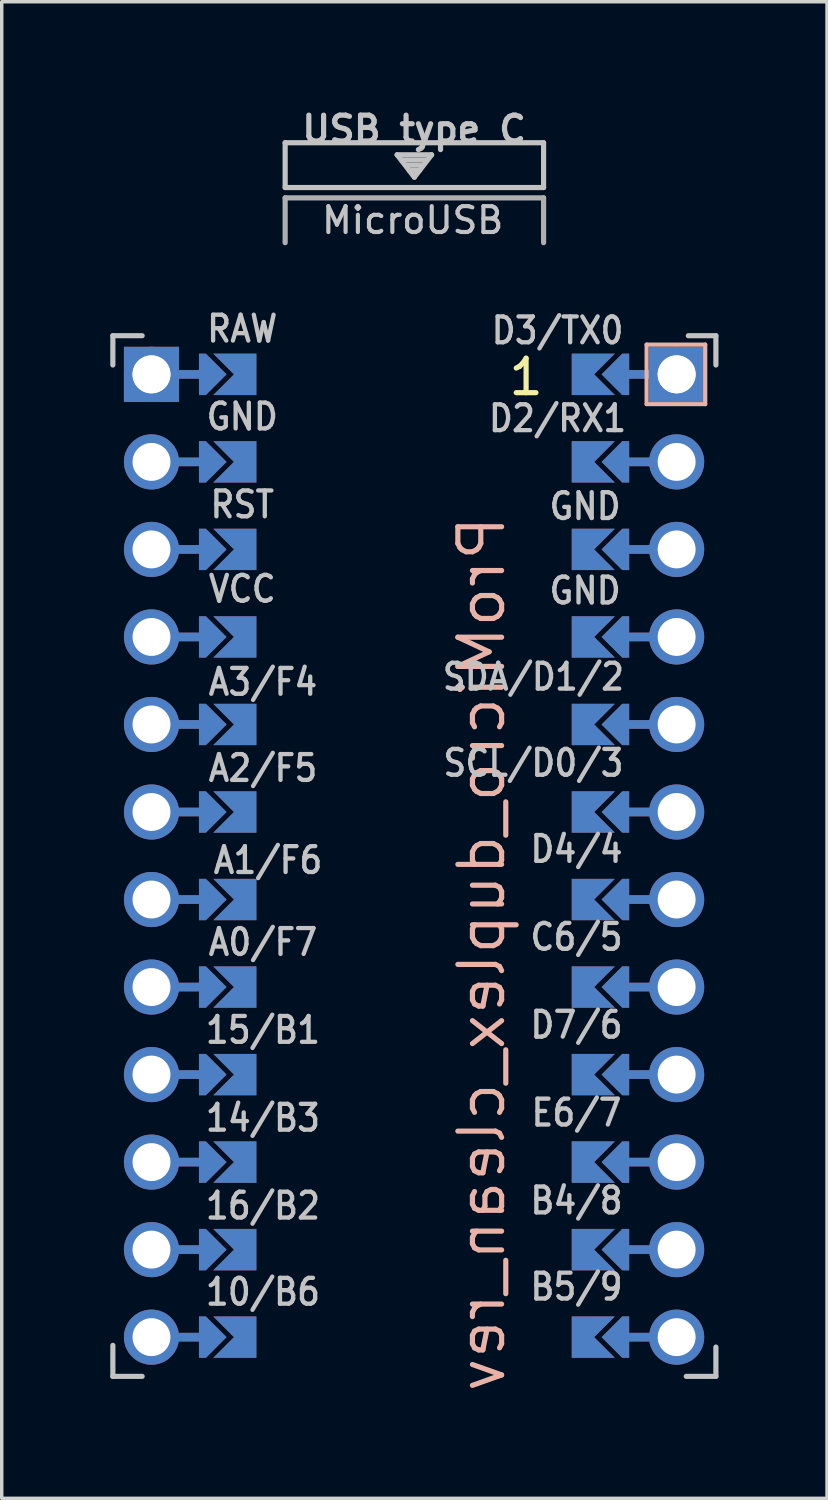
<source format=kicad_pcb>
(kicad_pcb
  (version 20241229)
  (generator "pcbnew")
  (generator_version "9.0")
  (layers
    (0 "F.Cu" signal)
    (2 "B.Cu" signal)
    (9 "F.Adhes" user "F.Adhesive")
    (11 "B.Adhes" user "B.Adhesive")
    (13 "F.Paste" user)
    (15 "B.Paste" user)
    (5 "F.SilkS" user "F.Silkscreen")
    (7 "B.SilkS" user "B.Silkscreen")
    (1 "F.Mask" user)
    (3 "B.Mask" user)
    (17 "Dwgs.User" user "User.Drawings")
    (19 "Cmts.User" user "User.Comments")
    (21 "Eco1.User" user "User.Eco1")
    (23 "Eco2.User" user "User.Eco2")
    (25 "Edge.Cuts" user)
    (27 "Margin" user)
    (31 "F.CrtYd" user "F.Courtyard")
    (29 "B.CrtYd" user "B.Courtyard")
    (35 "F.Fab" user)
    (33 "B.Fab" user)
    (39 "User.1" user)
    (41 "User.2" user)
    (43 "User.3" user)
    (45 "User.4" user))
  (footprint "ProMicro_duplex_clean_rev"
    (layer "F.Cu")
    (at 8.966 21.784)
    (property "Reference" "ProMicro_duplex_clean_rev" (at 1.961 2.85 90) (layer "B.SilkS") (effects (font (size 1.27 1.27) (thickness 0.15)) (justify mirror)))
    (attr through_hole)
    (fp_poly (pts (xy -5.08 -13.462) (xy -5.08 -14.478) (xy -6.096 -14.478) (xy -6.096 -13.462)) (stroke (width 0.1) (type solid)) (fill yes) (layer "F.Mask"))
    (fp_poly (pts (xy -5.08 -10.922) (xy -5.08 -11.938) (xy -6.096 -11.938) (xy -6.096 -10.922)) (stroke (width 0.1) (type solid)) (fill yes) (layer "F.Mask"))
    (fp_poly (pts (xy -5.08 -8.382) (xy -5.08 -9.398) (xy -6.096 -9.398) (xy -6.096 -8.382)) (stroke (width 0.1) (type solid)) (fill yes) (layer "F.Mask"))
    (fp_poly (pts (xy -5.08 -5.842) (xy -5.08 -6.858) (xy -6.096 -6.858) (xy -6.096 -5.842)) (stroke (width 0.1) (type solid)) (fill yes) (layer "F.Mask"))
    (fp_poly (pts (xy -5.08 -3.302) (xy -5.08 -4.318) (xy -6.096 -4.318) (xy -6.096 -3.302)) (stroke (width 0.1) (type solid)) (fill yes) (layer "F.Mask"))
    (fp_poly (pts (xy -5.08 -0.762) (xy -5.08 -1.778) (xy -6.096 -1.778) (xy -6.096 -0.762)) (stroke (width 0.1) (type solid)) (fill yes) (layer "F.Mask"))
    (fp_poly (pts (xy -5.08 1.778) (xy -5.08 0.762) (xy -6.096 0.762) (xy -6.096 1.778)) (stroke (width 0.1) (type solid)) (fill yes) (layer "F.Mask"))
    (fp_poly (pts (xy -5.08 4.318) (xy -5.08 3.302) (xy -6.096 3.302) (xy -6.096 4.318)) (stroke (width 0.1) (type solid)) (fill yes) (layer "F.Mask"))
    (fp_poly (pts (xy -5.08 6.858) (xy -5.08 5.842) (xy -6.096 5.842) (xy -6.096 6.858)) (stroke (width 0.1) (type solid)) (fill yes) (layer "F.Mask"))
    (fp_poly (pts (xy -5.08 9.398) (xy -5.08 8.382) (xy -6.096 8.382) (xy -6.096 9.398)) (stroke (width 0.1) (type solid)) (fill yes) (layer "F.Mask"))
    (fp_poly (pts (xy -5.08 11.938) (xy -5.08 10.922) (xy -6.096 10.922) (xy -6.096 11.938)) (stroke (width 0.1) (type solid)) (fill yes) (layer "F.Mask"))
    (fp_poly (pts (xy -5.08 14.478) (xy -5.08 13.462) (xy -6.096 13.462) (xy -6.096 14.478)) (stroke (width 0.1) (type solid)) (fill yes) (layer "F.Mask"))
    (fp_poly (pts (xy 5.08 -14.478) (xy 5.08 -13.462) (xy 6.096 -13.462) (xy 6.096 -14.478)) (stroke (width 0.1) (type solid)) (fill yes) (layer "F.Mask"))
    (fp_poly (pts (xy 5.08 -11.938) (xy 5.08 -10.922) (xy 6.096 -10.922) (xy 6.096 -11.938)) (stroke (width 0.1) (type solid)) (fill yes) (layer "F.Mask"))
    (fp_poly (pts (xy 5.08 -9.398) (xy 5.08 -8.382) (xy 6.096 -8.382) (xy 6.096 -9.398)) (stroke (width 0.1) (type solid)) (fill yes) (layer "F.Mask"))
    (fp_poly (pts (xy 5.08 -6.858) (xy 5.08 -5.842) (xy 6.096 -5.842) (xy 6.096 -6.858)) (stroke (width 0.1) (type solid)) (fill yes) (layer "F.Mask"))
    (fp_poly (pts (xy 5.08 -4.318) (xy 5.08 -3.302) (xy 6.096 -3.302) (xy 6.096 -4.318)) (stroke (width 0.1) (type solid)) (fill yes) (layer "F.Mask"))
    (fp_poly (pts (xy 5.08 -1.778) (xy 5.08 -0.762) (xy 6.096 -0.762) (xy 6.096 -1.778)) (stroke (width 0.1) (type solid)) (fill yes) (layer "F.Mask"))
    (fp_poly (pts (xy 5.08 0.762) (xy 5.08 1.778) (xy 6.096 1.778) (xy 6.096 0.762)) (stroke (width 0.1) (type solid)) (fill yes) (layer "F.Mask"))
    (fp_poly (pts (xy 5.08 3.302) (xy 5.08 4.318) (xy 6.096 4.318) (xy 6.096 3.302)) (stroke (width 0.1) (type solid)) (fill yes) (layer "F.Mask"))
    (fp_poly (pts (xy 5.08 5.842) (xy 5.08 6.858) (xy 6.096 6.858) (xy 6.096 5.842)) (stroke (width 0.1) (type solid)) (fill yes) (layer "F.Mask"))
    (fp_poly (pts (xy 5.08 8.382) (xy 5.08 9.398) (xy 6.096 9.398) (xy 6.096 8.382)) (stroke (width 0.1) (type solid)) (fill yes) (layer "F.Mask"))
    (fp_poly (pts (xy 5.08 10.922) (xy 5.08 11.938) (xy 6.096 11.938) (xy 6.096 10.922)) (stroke (width 0.1) (type solid)) (fill yes) (layer "F.Mask"))
    (fp_poly (pts (xy 5.08 13.462) (xy 5.08 14.478) (xy 6.096 14.478) (xy 6.096 13.462)) (stroke (width 0.1) (type solid)) (fill yes) (layer "F.Mask"))
    (fp_poly (pts (xy -5.08 -13.462) (xy -5.08 -14.478) (xy -6.096 -14.478) (xy -6.096 -13.462)) (stroke (width 0.1) (type solid)) (fill yes) (layer "B.Mask"))
    (fp_poly (pts (xy -5.08 -10.922) (xy -5.08 -11.938) (xy -6.096 -11.938) (xy -6.096 -10.922)) (stroke (width 0.1) (type solid)) (fill yes) (layer "B.Mask"))
    (fp_poly (pts (xy -5.08 -8.382) (xy -5.08 -9.398) (xy -6.096 -9.398) (xy -6.096 -8.382)) (stroke (width 0.1) (type solid)) (fill yes) (layer "B.Mask"))
    (fp_poly (pts (xy -5.08 -5.842) (xy -5.08 -6.858) (xy -6.096 -6.858) (xy -6.096 -5.842)) (stroke (width 0.1) (type solid)) (fill yes) (layer "B.Mask"))
    (fp_poly (pts (xy -5.08 -3.302) (xy -5.08 -4.318) (xy -6.096 -4.318) (xy -6.096 -3.302)) (stroke (width 0.1) (type solid)) (fill yes) (layer "B.Mask"))
    (fp_poly (pts (xy -5.08 -0.762) (xy -5.08 -1.778) (xy -6.096 -1.778) (xy -6.096 -0.762)) (stroke (width 0.1) (type solid)) (fill yes) (layer "B.Mask"))
    (fp_poly (pts (xy -5.08 1.778) (xy -5.08 0.762) (xy -6.096 0.762) (xy -6.096 1.778)) (stroke (width 0.1) (type solid)) (fill yes) (layer "B.Mask"))
    (fp_poly (pts (xy -5.08 4.318) (xy -5.08 3.302) (xy -6.096 3.302) (xy -6.096 4.318)) (stroke (width 0.1) (type solid)) (fill yes) (layer "B.Mask"))
    (fp_poly (pts (xy -5.08 6.858) (xy -5.08 5.842) (xy -6.096 5.842) (xy -6.096 6.858)) (stroke (width 0.1) (type solid)) (fill yes) (layer "B.Mask"))
    (fp_poly (pts (xy -5.08 9.398) (xy -5.08 8.382) (xy -6.096 8.382) (xy -6.096 9.398)) (stroke (width 0.1) (type solid)) (fill yes) (layer "B.Mask"))
    (fp_poly (pts (xy -5.08 11.938) (xy -5.08 10.922) (xy -6.096 10.922) (xy -6.096 11.938)) (stroke (width 0.1) (type solid)) (fill yes) (layer "B.Mask"))
    (fp_poly (pts (xy -5.08 14.478) (xy -5.08 13.462) (xy -6.096 13.462) (xy -6.096 14.478)) (stroke (width 0.1) (type solid)) (fill yes) (layer "B.Mask"))
    (fp_poly (pts (xy 5.08 -14.478) (xy 5.08 -13.462) (xy 6.096 -13.462) (xy 6.096 -14.478)) (stroke (width 0.1) (type solid)) (fill yes) (layer "B.Mask"))
    (fp_poly (pts (xy 5.08 -11.938) (xy 5.08 -10.922) (xy 6.096 -10.922) (xy 6.096 -11.938)) (stroke (width 0.1) (type solid)) (fill yes) (layer "B.Mask"))
    (fp_poly (pts (xy 5.08 -9.398) (xy 5.08 -8.382) (xy 6.096 -8.382) (xy 6.096 -9.398)) (stroke (width 0.1) (type solid)) (fill yes) (layer "B.Mask"))
    (fp_poly (pts (xy 5.08 -6.858) (xy 5.08 -5.842) (xy 6.096 -5.842) (xy 6.096 -6.858)) (stroke (width 0.1) (type solid)) (fill yes) (layer "B.Mask"))
    (fp_poly (pts (xy 5.08 -4.318) (xy 5.08 -3.302) (xy 6.096 -3.302) (xy 6.096 -4.318)) (stroke (width 0.1) (type solid)) (fill yes) (layer "B.Mask"))
    (fp_poly (pts (xy 5.08 -1.778) (xy 5.08 -0.762) (xy 6.096 -0.762) (xy 6.096 -1.778)) (stroke (width 0.1) (type solid)) (fill yes) (layer "B.Mask"))
    (fp_poly (pts (xy 5.08 0.762) (xy 5.08 1.778) (xy 6.096 1.778) (xy 6.096 0.762)) (stroke (width 0.1) (type solid)) (fill yes) (layer "B.Mask"))
    (fp_poly (pts (xy 5.08 3.302) (xy 5.08 4.318) (xy 6.096 4.318) (xy 6.096 3.302)) (stroke (width 0.1) (type solid)) (fill yes) (layer "B.Mask"))
    (fp_poly (pts (xy 5.08 5.842) (xy 5.08 6.858) (xy 6.096 6.858) (xy 6.096 5.842)) (stroke (width 0.1) (type solid)) (fill yes) (layer "B.Mask"))
    (fp_poly (pts (xy 5.08 8.382) (xy 5.08 9.398) (xy 6.096 9.398) (xy 6.096 8.382)) (stroke (width 0.1) (type solid)) (fill yes) (layer "B.Mask"))
    (fp_poly (pts (xy 5.08 10.922) (xy 5.08 11.938) (xy 6.096 11.938) (xy 6.096 10.922)) (stroke (width 0.1) (type solid)) (fill yes) (layer "B.Mask"))
    (fp_poly (pts (xy 5.08 13.462) (xy 5.08 14.478) (xy 6.096 14.478) (xy 6.096 13.462)) (stroke (width 0.1) (type solid)) (fill yes) (layer "B.Mask"))
    (fp_line (start 6.748 -14.834) (end 8.45 -14.834) (stroke (width 0.12) (type solid)) (layer "B.SilkS"))
    (fp_line (start 6.748 -13.106) (end 6.748 -14.834) (stroke (width 0.12) (type solid)) (layer "B.SilkS"))
    (fp_line (start 8.45 -13.106) (end 6.748 -13.106) (stroke (width 0.12) (type solid)) (layer "B.SilkS"))
    (fp_line (start 8.45 -13.106) (end 8.45 -14.834) (stroke (width 0.12) (type solid)) (layer "B.SilkS"))
    (fp_line (start -8.741 -15.092) (end -8.741 -14.242) (stroke (width 0.15) (type solid)) (layer "Dwgs.User"))
    (fp_line (start -8.741 -15.092) (end -7.891 -15.092) (stroke (width 0.15) (type solid)) (layer "Dwgs.User"))
    (fp_line (start -8.741 14.208) (end -8.741 15.108) (stroke (width 0.15) (type solid)) (layer "Dwgs.User"))
    (fp_line (start -8.741 15.108) (end -7.891 15.108) (stroke (width 0.15) (type solid)) (layer "Dwgs.User"))
    (fp_line (start -3.741 -20.692) (end -3.741 -19.392) (stroke (width 0.15) (type solid)) (layer "Dwgs.User"))
    (fp_line (start -3.741 -19.392) (end 3.759 -19.392) (stroke (width 0.15) (type solid)) (layer "Dwgs.User"))
    (fp_line (start -0.491 -20.342) (end 0.509 -20.342) (stroke (width 0.15) (type solid)) (layer "Dwgs.User"))
    (fp_line (start -0.341 -20.192) (end 0.359 -20.192) (stroke (width 0.15) (type solid)) (layer "Dwgs.User"))
    (fp_line (start -0.241 -20.042) (end 0.259 -20.042) (stroke (width 0.15) (type solid)) (layer "Dwgs.User"))
    (fp_line (start -0.141 -19.892) (end 0.159 -19.892) (stroke (width 0.15) (type solid)) (layer "Dwgs.User"))
    (fp_line (start 0.009 -19.692) (end -0.491 -20.342) (stroke (width 0.15) (type solid)) (layer "Dwgs.User"))
    (fp_line (start 0.509 -20.342) (end 0.009 -19.692) (stroke (width 0.15) (type solid)) (layer "Dwgs.User"))
    (fp_line (start 3.759 -20.692) (end -3.741 -20.692) (stroke (width 0.15) (type solid)) (layer "Dwgs.User"))
    (fp_line (start 3.759 -19.392) (end 3.759 -20.692) (stroke (width 0.15) (type solid)) (layer "Dwgs.User"))
    (fp_line (start 8.759 -15.092) (end 7.959 -15.092) (stroke (width 0.15) (type solid)) (layer "Dwgs.User"))
    (fp_line (start 8.759 -15.092) (end 8.759 -14.242) (stroke (width 0.15) (type solid)) (layer "Dwgs.User"))
    (fp_line (start 8.759 14.258) (end 8.759 15.108) (stroke (width 0.15) (type solid)) (layer "Dwgs.User"))
    (fp_line (start 8.759 15.108) (end 7.899 15.108) (stroke (width 0.15) (type solid)) (layer "Dwgs.User"))
    (fp_line (start -8.891 -17.792) (end -3.741 -17.792) (stroke (width 0.15) (type solid)) (layer "Eco1.User"))
    (fp_line (start -8.891 15.258) (end -8.891 -17.792) (stroke (width 0.15) (type solid)) (layer "Eco1.User"))
    (fp_line (start -3.741 -17.792) (end 3.759 -17.792) (stroke (width 0.15) (type solid)) (layer "Eco1.User"))
    (fp_line (start 3.769 -17.792) (end 8.909 -17.792) (stroke (width 0.15) (type solid)) (layer "Eco1.User"))
    (fp_line (start 8.909 -17.792) (end 8.909 15.258) (stroke (width 0.15) (type solid)) (layer "Eco1.User"))
    (fp_line (start 8.909 15.258) (end -8.891 15.258) (stroke (width 0.15) (type solid)) (layer "Eco1.User"))
    (fp_line (start -3.741 -19.092) (end -3.741 -17.791) (stroke (width 0.15) (type solid)) (layer "F.Fab"))
    (fp_line (start -3.741 -19.092) (end 3.759 -19.092) (stroke (width 0.15) (type solid)) (layer "F.Fab"))
    (fp_line (start 3.759 -19.092) (end 3.759 -17.792) (stroke (width 0.15) (type solid)) (layer "F.Fab"))
    (fp_text user "1" (at 3.251 -13.894 0) (unlocked yes) (layer "F.SilkS") (effects (font (size 1 1) (thickness 0.15))))
    (fp_text user "MicroUSB" (at -0.041 -18.442 0) (layer "Dwgs.User") (effects (font (size 0.75 0.75) (thickness 0.12))))
    (fp_text user "RST" (at -4.986 -10.192 0) (unlocked yes) (layer "Dwgs.User") (effects (font (size 0.75 0.67) (thickness 0.125))))
    (fp_text user "D3/TX0" (at 4.164 -15.242 0) (unlocked yes) (layer "Dwgs.User") (effects (font (size 0.75 0.67) (thickness 0.125))))
    (fp_text user "D7/6" (at 4.714 4.908 0) (unlocked yes) (layer "Dwgs.User") (effects (font (size 0.75 0.67) (thickness 0.125))))
    (fp_text user "GND" (at 4.964 -10.142 0) (unlocked yes) (layer "Dwgs.User") (effects (font (size 0.75 0.67) (thickness 0.125))))
    (fp_text user "14/B3" (at -4.386 7.608 0) (unlocked yes) (layer "Dwgs.User") (effects (font (size 0.75 0.67) (thickness 0.125))))
    (fp_text user "SCL/D0/3" (at 3.464 -2.692 0) (unlocked yes) (layer "Dwgs.User") (effects (font (size 0.75 0.67) (thickness 0.125))))
    (fp_text user "USB type C" (at 0 -21.082 0) (layer "Dwgs.User") (effects (font (size 0.75 0.75) (thickness 0.15))))
    (fp_text user "A2/F5" (at -4.386 -2.542 0) (unlocked yes) (layer "Dwgs.User") (effects (font (size 0.75 0.67) (thickness 0.125))))
    (fp_text user "A0/F7" (at -4.386 2.508 0) (unlocked yes) (layer "Dwgs.User") (effects (font (size 0.75 0.67) (thickness 0.125))))
    (fp_text user "RAW" (at -4.986 -15.292 0) (unlocked yes) (layer "Dwgs.User") (effects (font (size 0.75 0.67) (thickness 0.125))))
    (fp_text user "C6/5" (at 4.714 2.358 0) (unlocked yes) (layer "Dwgs.User") (effects (font (size 0.75 0.67) (thickness 0.125))))
    (fp_text user "A3/F4" (at -4.386 -5.042 0) (unlocked yes) (layer "Dwgs.User") (effects (font (size 0.75 0.67) (thickness 0.125))))
    (fp_text user "B4/8" (at 4.714 10.008 0) (unlocked yes) (layer "Dwgs.User") (effects (font (size 0.75 0.67) (thickness 0.125))))
    (fp_text user "D2/RX1" (at 4.164 -12.692 0) (unlocked yes) (layer "Dwgs.User") (effects (font (size 0.75 0.67) (thickness 0.125))))
    (fp_text user "16/B2" (at -4.386 10.158 0) (unlocked yes) (layer "Dwgs.User") (effects (font (size 0.75 0.67) (thickness 0.125))))
    (fp_text user "D4/4" (at 4.714 -0.192 0) (unlocked yes) (layer "Dwgs.User") (effects (font (size 0.75 0.67) (thickness 0.125))))
    (fp_text user "15/B1" (at -4.386 5.058 0) (unlocked yes) (layer "Dwgs.User") (effects (font (size 0.75 0.67) (thickness 0.125))))
    (fp_text user "SDA/D1/2" (at 3.464 -5.192 0) (unlocked yes) (layer "Dwgs.User") (effects (font (size 0.75 0.67) (thickness 0.125))))
    (fp_text user "GND" (at -4.986 -12.742 0) (unlocked yes) (layer "Dwgs.User") (effects (font (size 0.75 0.67) (thickness 0.125))))
    (fp_text user "B5/9" (at 4.714 12.508 0) (unlocked yes) (layer "Dwgs.User") (effects (font (size 0.75 0.67) (thickness 0.125))))
    (fp_text user "E6/7" (at 4.714 7.458 0) (unlocked yes) (layer "Dwgs.User") (effects (font (size 0.75 0.67) (thickness 0.125))))
    (fp_text user "A1/F6" (at -4.239 0.13 0) (unlocked yes) (layer "Dwgs.User") (effects (font (size 0.75 0.67) (thickness 0.125))))
    (fp_text user "VCC" (at -4.986 -7.742 0) (unlocked yes) (layer "Dwgs.User") (effects (font (size 0.75 0.67) (thickness 0.125))))
    (fp_text user "GND" (at 4.964 -7.692 0) (unlocked yes) (layer "Dwgs.User") (effects (font (size 0.75 0.67) (thickness 0.125))))
    (fp_text user "10/B6" (at -4.386 12.658 0) (unlocked yes) (layer "Dwgs.User") (effects (font (size 0.75 0.67) (thickness 0.125))))
    (pad "" thru_hole circle (at -7.62 -13.97 90) (size 1.6 1.6) (drill 1.1) (layers "*.Cu" "*.Mask"))
    (pad "" thru_hole rect (at -7.62 -13.97 90) (size 1.6 1.6) (drill 1.1) (layers "*.Cu" "F.Mask"))
    (pad "" thru_hole circle (at -7.62 -11.43 90) (size 1.6 1.6) (drill 1.1) (layers "*.Cu" "*.Mask"))
    (pad "" thru_hole circle (at -7.62 -8.89 90) (size 1.6 1.6) (drill 1.1) (layers "*.Cu" "*.Mask"))
    (pad "" thru_hole circle (at -7.62 -6.35 90) (size 1.6 1.6) (drill 1.1) (layers "*.Cu" "*.Mask"))
    (pad "" thru_hole circle (at -7.62 -3.81 90) (size 1.6 1.6) (drill 1.1) (layers "*.Cu" "*.Mask"))
    (pad "" thru_hole circle (at -7.62 -1.27 90) (size 1.6 1.6) (drill 1.1) (layers "*.Cu" "*.Mask"))
    (pad "" thru_hole circle (at -7.62 1.27 90) (size 1.6 1.6) (drill 1.1) (layers "*.Cu" "*.Mask"))
    (pad "" thru_hole circle (at -7.62 3.81 90) (size 1.6 1.6) (drill 1.1) (layers "*.Cu" "*.Mask"))
    (pad "" thru_hole circle (at -7.62 6.35 90) (size 1.6 1.6) (drill 1.1) (layers "*.Cu" "*.Mask"))
    (pad "" thru_hole circle (at -7.62 8.89 90) (size 1.6 1.6) (drill 1.1) (layers "*.Cu" "*.Mask"))
    (pad "" thru_hole circle (at -7.62 11.43 90) (size 1.6 1.6) (drill 1.1) (layers "*.Cu" "*.Mask"))
    (pad "" thru_hole circle (at -7.62 13.97 90) (size 1.6 1.6) (drill 1.1) (layers "*.Cu" "*.Mask"))
    (pad "" smd custom (at -6.35 -13.97 90) (size 0.25 1) (layers "F.Cu") (options (anchor rect)) (primitives))
    (pad "" smd custom (at -6.35 -13.97 90) (size 0.25 1) (layers "B.Cu") (options (anchor rect)) (primitives))
    (pad "" smd custom (at -6.35 -11.43 90) (size 0.25 1) (layers "F.Cu") (options (anchor rect)) (primitives))
    (pad "" smd custom (at -6.35 -11.43 90) (size 0.25 1) (layers "B.Cu") (options (anchor rect)) (primitives))
    (pad "" smd custom (at -6.35 -8.89 90) (size 0.25 1) (layers "F.Cu") (options (anchor rect)) (primitives))
    (pad "" smd custom (at -6.35 -8.89 90) (size 0.25 1) (layers "B.Cu") (options (anchor rect)) (primitives))
    (pad "" smd custom (at -6.35 -6.35 90) (size 0.25 1) (layers "F.Cu") (options (anchor rect)) (primitives))
    (pad "" smd custom (at -6.35 -6.35 90) (size 0.25 1) (layers "B.Cu") (options (anchor rect)) (primitives))
    (pad "" smd custom (at -6.35 -3.81 90) (size 0.25 1) (layers "F.Cu") (options (anchor rect)) (primitives))
    (pad "" smd custom (at -6.35 -3.81 90) (size 0.25 1) (layers "B.Cu") (options (anchor rect)) (primitives))
    (pad "" smd custom (at -6.35 -1.27 90) (size 0.25 1) (layers "F.Cu") (options (anchor rect)) (primitives))
    (pad "" smd custom (at -6.35 -1.27 90) (size 0.25 1) (layers "B.Cu") (options (anchor rect)) (primitives))
    (pad "" smd custom (at -6.35 1.27 90) (size 0.25 1) (layers "F.Cu") (options (anchor rect)) (primitives))
    (pad "" smd custom (at -6.35 1.27 90) (size 0.25 1) (layers "B.Cu") (options (anchor rect)) (primitives))
    (pad "" smd custom (at -6.35 3.81 90) (size 0.25 1) (layers "F.Cu") (options (anchor rect)) (primitives))
    (pad "" smd custom (at -6.35 3.81 90) (size 0.25 1) (layers "B.Cu") (options (anchor rect)) (primitives))
    (pad "" smd custom (at -6.35 6.35 90) (size 0.25 1) (layers "F.Cu") (options (anchor rect)) (primitives))
    (pad "" smd custom (at -6.35 6.35 90) (size 0.25 1) (layers "B.Cu") (options (anchor rect)) (primitives))
    (pad "" smd custom (at -6.35 8.89 90) (size 0.25 1) (layers "F.Cu") (options (anchor rect)) (primitives))
    (pad "" smd custom (at -6.35 8.89 90) (size 0.25 1) (layers "B.Cu") (options (anchor rect)) (primitives))
    (pad "" smd custom (at -6.35 11.43 90) (size 0.25 1) (layers "F.Cu") (options (anchor rect)) (primitives))
    (pad "" smd custom (at -6.35 11.43 90) (size 0.25 1) (layers "B.Cu") (options (anchor rect)) (primitives))
    (pad "" smd custom (at -6.35 13.97 90) (size 0.25 1) (layers "F.Cu") (options (anchor rect)) (primitives))
    (pad "" smd custom (at -6.35 13.97 90) (size 0.25 1) (layers "B.Cu") (options (anchor rect)) (primitives))
    (pad "" smd custom (at -5.842 -13.97 90) (size 0.1 0.1) (layers "F.Cu" "F.Mask") (options (anchor rect)) (primitives (gr_poly (pts (xy 0.6 -0.2) (xy 0 0.4) (xy -0.6 -0.2) (xy -0.6 -0.4) (xy 0.6 -0.4)) (width 0) (fill yes))))
    (pad "" smd custom (at -5.842 -13.97 90) (size 0.1 0.1) (layers "B.Cu" "B.Mask") (options (anchor rect)) (primitives (gr_poly (pts (xy 0.6 -0.2) (xy 0 0.4) (xy -0.6 -0.2) (xy -0.6 -0.4) (xy 0.6 -0.4)) (width 0) (fill yes))))
    (pad "" smd custom (at -5.842 -11.43 90) (size 0.1 0.1) (layers "F.Cu" "F.Mask") (options (anchor rect)) (primitives (gr_poly (pts (xy 0.6 -0.2) (xy 0 0.4) (xy -0.6 -0.2) (xy -0.6 -0.4) (xy 0.6 -0.4)) (width 0) (fill yes))))
    (pad "" smd custom (at -5.842 -11.43 90) (size 0.1 0.1) (layers "B.Cu" "B.Mask") (options (anchor rect)) (primitives (gr_poly (pts (xy 0.6 -0.2) (xy 0 0.4) (xy -0.6 -0.2) (xy -0.6 -0.4) (xy 0.6 -0.4)) (width 0) (fill yes))))
    (pad "" smd custom (at -5.842 -8.89 90) (size 0.1 0.1) (layers "F.Cu" "F.Mask") (options (anchor rect)) (primitives (gr_poly (pts (xy 0.6 -0.2) (xy 0 0.4) (xy -0.6 -0.2) (xy -0.6 -0.4) (xy 0.6 -0.4)) (width 0) (fill yes))))
    (pad "" smd custom (at -5.842 -8.89 90) (size 0.1 0.1) (layers "B.Cu" "B.Mask") (options (anchor rect)) (primitives (gr_poly (pts (xy 0.6 -0.2) (xy 0 0.4) (xy -0.6 -0.2) (xy -0.6 -0.4) (xy 0.6 -0.4)) (width 0) (fill yes))))
    (pad "" smd custom (at -5.842 -6.35 90) (size 0.1 0.1) (layers "F.Cu" "F.Mask") (options (anchor rect)) (primitives (gr_poly (pts (xy 0.6 -0.2) (xy 0 0.4) (xy -0.6 -0.2) (xy -0.6 -0.4) (xy 0.6 -0.4)) (width 0) (fill yes))))
    (pad "" smd custom (at -5.842 -6.35 90) (size 0.1 0.1) (layers "B.Cu" "B.Mask") (options (anchor rect)) (primitives (gr_poly (pts (xy 0.6 -0.2) (xy 0 0.4) (xy -0.6 -0.2) (xy -0.6 -0.4) (xy 0.6 -0.4)) (width 0) (fill yes))))
    (pad "" smd custom (at -5.842 -3.81 90) (size 0.1 0.1) (layers "F.Cu" "F.Mask") (options (anchor rect)) (primitives (gr_poly (pts (xy 0.6 -0.2) (xy 0 0.4) (xy -0.6 -0.2) (xy -0.6 -0.4) (xy 0.6 -0.4)) (width 0) (fill yes))))
    (pad "" smd custom (at -5.842 -3.81 90) (size 0.1 0.1) (layers "B.Cu" "B.Mask") (options (anchor rect)) (primitives (gr_poly (pts (xy 0.6 -0.2) (xy 0 0.4) (xy -0.6 -0.2) (xy -0.6 -0.4) (xy 0.6 -0.4)) (width 0) (fill yes))))
    (pad "" smd custom (at -5.842 -1.27 90) (size 0.1 0.1) (layers "F.Cu" "F.Mask") (options (anchor rect)) (primitives (gr_poly (pts (xy 0.6 -0.2) (xy 0 0.4) (xy -0.6 -0.2) (xy -0.6 -0.4) (xy 0.6 -0.4)) (width 0) (fill yes))))
    (pad "" smd custom (at -5.842 -1.27 90) (size 0.1 0.1) (layers "B.Cu" "B.Mask") (options (anchor rect)) (primitives (gr_poly (pts (xy 0.6 -0.2) (xy 0 0.4) (xy -0.6 -0.2) (xy -0.6 -0.4) (xy 0.6 -0.4)) (width 0) (fill yes))))
    (pad "" smd custom (at -5.842 1.27 90) (size 0.1 0.1) (layers "F.Cu" "F.Mask") (options (anchor rect)) (primitives (gr_poly (pts (xy 0.6 -0.2) (xy 0 0.4) (xy -0.6 -0.2) (xy -0.6 -0.4) (xy 0.6 -0.4)) (width 0) (fill yes))))
    (pad "" smd custom (at -5.842 1.27 90) (size 0.1 0.1) (layers "B.Cu" "B.Mask") (options (anchor rect)) (primitives (gr_poly (pts (xy 0.6 -0.2) (xy 0 0.4) (xy -0.6 -0.2) (xy -0.6 -0.4) (xy 0.6 -0.4)) (width 0) (fill yes))))
    (pad "" smd custom (at -5.842 3.81 90) (size 0.1 0.1) (layers "F.Cu" "F.Mask") (options (anchor rect)) (primitives (gr_poly (pts (xy 0.6 -0.2) (xy 0 0.4) (xy -0.6 -0.2) (xy -0.6 -0.4) (xy 0.6 -0.4)) (width 0) (fill yes))))
    (pad "" smd custom (at -5.842 3.81 90) (size 0.1 0.1) (layers "B.Cu" "B.Mask") (options (anchor rect)) (primitives (gr_poly (pts (xy 0.6 -0.2) (xy 0 0.4) (xy -0.6 -0.2) (xy -0.6 -0.4) (xy 0.6 -0.4)) (width 0) (fill yes))))
    (pad "" smd custom (at -5.842 6.35 90) (size 0.1 0.1) (layers "F.Cu" "F.Mask") (options (anchor rect)) (primitives (gr_poly (pts (xy 0.6 -0.2) (xy 0 0.4) (xy -0.6 -0.2) (xy -0.6 -0.4) (xy 0.6 -0.4)) (width 0) (fill yes))))
    (pad "" smd custom (at -5.842 6.35 90) (size 0.1 0.1) (layers "B.Cu" "B.Mask") (options (anchor rect)) (primitives (gr_poly (pts (xy 0.6 -0.2) (xy 0 0.4) (xy -0.6 -0.2) (xy -0.6 -0.4) (xy 0.6 -0.4)) (width 0) (fill yes))))
    (pad "" smd custom (at -5.842 8.89 90) (size 0.1 0.1) (layers "F.Cu" "F.Mask") (options (anchor rect)) (primitives (gr_poly (pts (xy 0.6 -0.2) (xy 0 0.4) (xy -0.6 -0.2) (xy -0.6 -0.4) (xy 0.6 -0.4)) (width 0) (fill yes))))
    (pad "" smd custom (at -5.842 8.89 90) (size 0.1 0.1) (layers "B.Cu" "B.Mask") (options (anchor rect)) (primitives (gr_poly (pts (xy 0.6 -0.2) (xy 0 0.4) (xy -0.6 -0.2) (xy -0.6 -0.4) (xy 0.6 -0.4)) (width 0) (fill yes))))
    (pad "" smd custom (at -5.842 11.43 90) (size 0.1 0.1) (layers "F.Cu" "F.Mask") (options (anchor rect)) (primitives (gr_poly (pts (xy 0.6 -0.2) (xy 0 0.4) (xy -0.6 -0.2) (xy -0.6 -0.4) (xy 0.6 -0.4)) (width 0) (fill yes))))
    (pad "" smd custom (at -5.842 11.43 90) (size 0.1 0.1) (layers "B.Cu" "B.Mask") (options (anchor rect)) (primitives (gr_poly (pts (xy 0.6 -0.2) (xy 0 0.4) (xy -0.6 -0.2) (xy -0.6 -0.4) (xy 0.6 -0.4)) (width 0) (fill yes))))
    (pad "" smd custom (at -5.842 13.97 90) (size 0.1 0.1) (layers "F.Cu" "F.Mask") (options (anchor rect)) (primitives (gr_poly (pts (xy 0.6 -0.2) (xy 0 0.4) (xy -0.6 -0.2) (xy -0.6 -0.4) (xy 0.6 -0.4)) (width 0) (fill yes))))
    (pad "" smd custom (at -5.842 13.97 90) (size 0.1 0.1) (layers "B.Cu" "B.Mask") (options (anchor rect)) (primitives (gr_poly (pts (xy 0.6 -0.2) (xy 0 0.4) (xy -0.6 -0.2) (xy -0.6 -0.4) (xy 0.6 -0.4)) (width 0) (fill yes))))
    (pad "" smd custom (at 5.842 -13.97 270) (size 0.1 0.1) (layers "F.Cu" "F.Mask") (options (anchor rect)) (primitives (gr_poly (pts (xy 0.6 -0.2) (xy 0 0.4) (xy -0.6 -0.2) (xy -0.6 -0.4) (xy 0.6 -0.4)) (width 0) (fill yes))))
    (pad "" smd custom (at 5.842 -13.97 270) (size 0.1 0.1) (layers "B.Cu" "B.Mask") (options (anchor rect)) (primitives (gr_poly (pts (xy 0.6 -0.2) (xy 0 0.4) (xy -0.6 -0.2) (xy -0.6 -0.4) (xy 0.6 -0.4)) (width 0) (fill yes))))
    (pad "" smd custom (at 5.842 -11.43 270) (size 0.1 0.1) (layers "F.Cu" "F.Mask") (options (anchor rect)) (primitives (gr_poly (pts (xy 0.6 -0.2) (xy 0 0.4) (xy -0.6 -0.2) (xy -0.6 -0.4) (xy 0.6 -0.4)) (width 0) (fill yes))))
    (pad "" smd custom (at 5.842 -11.43 270) (size 0.1 0.1) (layers "B.Cu" "B.Mask") (options (anchor rect)) (primitives (gr_poly (pts (xy 0.6 -0.2) (xy 0 0.4) (xy -0.6 -0.2) (xy -0.6 -0.4) (xy 0.6 -0.4)) (width 0) (fill yes))))
    (pad "" smd custom (at 5.842 -8.89 270) (size 0.1 0.1) (layers "F.Cu" "F.Mask") (options (anchor rect)) (primitives (gr_poly (pts (xy 0.6 -0.2) (xy 0 0.4) (xy -0.6 -0.2) (xy -0.6 -0.4) (xy 0.6 -0.4)) (width 0) (fill yes))))
    (pad "" smd custom (at 5.842 -8.89 270) (size 0.1 0.1) (layers "B.Cu" "B.Mask") (options (anchor rect)) (primitives (gr_poly (pts (xy 0.6 -0.2) (xy 0 0.4) (xy -0.6 -0.2) (xy -0.6 -0.4) (xy 0.6 -0.4)) (width 0) (fill yes))))
    (pad "" smd custom (at 5.842 -6.35 270) (size 0.1 0.1) (layers "F.Cu" "F.Mask") (options (anchor rect)) (primitives (gr_poly (pts (xy 0.6 -0.2) (xy 0 0.4) (xy -0.6 -0.2) (xy -0.6 -0.4) (xy 0.6 -0.4)) (width 0) (fill yes))))
    (pad "" smd custom (at 5.842 -6.35 270) (size 0.1 0.1) (layers "B.Cu" "B.Mask") (options (anchor rect)) (primitives (gr_poly (pts (xy 0.6 -0.2) (xy 0 0.4) (xy -0.6 -0.2) (xy -0.6 -0.4) (xy 0.6 -0.4)) (width 0) (fill yes))))
    (pad "" smd custom (at 5.842 -3.81 270) (size 0.1 0.1) (layers "F.Cu" "F.Mask") (options (anchor rect)) (primitives (gr_poly (pts (xy 0.6 -0.2) (xy 0 0.4) (xy -0.6 -0.2) (xy -0.6 -0.4) (xy 0.6 -0.4)) (width 0) (fill yes))))
    (pad "" smd custom (at 5.842 -3.81 270) (size 0.1 0.1) (layers "B.Cu" "B.Mask") (options (anchor rect)) (primitives (gr_poly (pts (xy 0.6 -0.2) (xy 0 0.4) (xy -0.6 -0.2) (xy -0.6 -0.4) (xy 0.6 -0.4)) (width 0) (fill yes))))
    (pad "" smd custom (at 5.842 -1.27 270) (size 0.1 0.1) (layers "F.Cu" "F.Mask") (options (anchor rect)) (primitives (gr_poly (pts (xy 0.6 -0.2) (xy 0 0.4) (xy -0.6 -0.2) (xy -0.6 -0.4) (xy 0.6 -0.4)) (width 0) (fill yes))))
    (pad "" smd custom (at 5.842 -1.27 270) (size 0.1 0.1) (layers "B.Cu" "B.Mask") (options (anchor rect)) (primitives (gr_poly (pts (xy 0.6 -0.2) (xy 0 0.4) (xy -0.6 -0.2) (xy -0.6 -0.4) (xy 0.6 -0.4)) (width 0) (fill yes))))
    (pad "" smd custom (at 5.842 1.27 270) (size 0.1 0.1) (layers "F.Cu" "F.Mask") (options (anchor rect)) (primitives (gr_poly (pts (xy 0.6 -0.2) (xy 0 0.4) (xy -0.6 -0.2) (xy -0.6 -0.4) (xy 0.6 -0.4)) (width 0) (fill yes))))
    (pad "" smd custom (at 5.842 1.27 270) (size 0.1 0.1) (layers "B.Cu" "B.Mask") (options (anchor rect)) (primitives (gr_poly (pts (xy 0.6 -0.2) (xy 0 0.4) (xy -0.6 -0.2) (xy -0.6 -0.4) (xy 0.6 -0.4)) (width 0) (fill yes))))
    (pad "" smd custom (at 5.842 3.81 270) (size 0.1 0.1) (layers "F.Cu" "F.Mask") (options (anchor rect)) (primitives (gr_poly (pts (xy 0.6 -0.2) (xy 0 0.4) (xy -0.6 -0.2) (xy -0.6 -0.4) (xy 0.6 -0.4)) (width 0) (fill yes))))
    (pad "" smd custom (at 5.842 3.81 270) (size 0.1 0.1) (layers "B.Cu" "B.Mask") (options (anchor rect)) (primitives (gr_poly (pts (xy 0.6 -0.2) (xy 0 0.4) (xy -0.6 -0.2) (xy -0.6 -0.4) (xy 0.6 -0.4)) (width 0) (fill yes))))
    (pad "" smd custom (at 5.842 6.35 270) (size 0.1 0.1) (layers "F.Cu" "F.Mask") (options (anchor rect)) (primitives (gr_poly (pts (xy 0.6 -0.2) (xy 0 0.4) (xy -0.6 -0.2) (xy -0.6 -0.4) (xy 0.6 -0.4)) (width 0) (fill yes))))
    (pad "" smd custom (at 5.842 6.35 270) (size 0.1 0.1) (layers "B.Cu" "B.Mask") (options (anchor rect)) (primitives (gr_poly (pts (xy 0.6 -0.2) (xy 0 0.4) (xy -0.6 -0.2) (xy -0.6 -0.4) (xy 0.6 -0.4)) (width 0) (fill yes))))
    (pad "" smd custom (at 5.842 8.89 270) (size 0.1 0.1) (layers "F.Cu" "F.Mask") (options (anchor rect)) (primitives (gr_poly (pts (xy 0.6 -0.2) (xy 0 0.4) (xy -0.6 -0.2) (xy -0.6 -0.4) (xy 0.6 -0.4)) (width 0) (fill yes))))
    (pad "" smd custom (at 5.842 8.89 270) (size 0.1 0.1) (layers "B.Cu" "B.Mask") (options (anchor rect)) (primitives (gr_poly (pts (xy 0.6 -0.2) (xy 0 0.4) (xy -0.6 -0.2) (xy -0.6 -0.4) (xy 0.6 -0.4)) (width 0) (fill yes))))
    (pad "" smd custom (at 5.842 11.43 270) (size 0.1 0.1) (layers "F.Cu" "F.Mask") (options (anchor rect)) (primitives (gr_poly (pts (xy 0.6 -0.2) (xy 0 0.4) (xy -0.6 -0.2) (xy -0.6 -0.4) (xy 0.6 -0.4)) (width 0) (fill yes))))
    (pad "" smd custom (at 5.842 11.43 270) (size 0.1 0.1) (layers "B.Cu" "B.Mask") (options (anchor rect)) (primitives (gr_poly (pts (xy 0.6 -0.2) (xy 0 0.4) (xy -0.6 -0.2) (xy -0.6 -0.4) (xy 0.6 -0.4)) (width 0) (fill yes))))
    (pad "" smd custom (at 5.842 13.97 270) (size 0.1 0.1) (layers "F.Cu" "F.Mask") (options (anchor rect)) (primitives (gr_poly (pts (xy 0.6 -0.2) (xy 0 0.4) (xy -0.6 -0.2) (xy -0.6 -0.4) (xy 0.6 -0.4)) (width 0) (fill yes))))
    (pad "" smd custom (at 5.842 13.97 270) (size 0.1 0.1) (layers "B.Cu" "B.Mask") (options (anchor rect)) (primitives (gr_poly (pts (xy 0.6 -0.2) (xy 0 0.4) (xy -0.6 -0.2) (xy -0.6 -0.4) (xy 0.6 -0.4)) (width 0) (fill yes))))
    (pad "" smd custom (at 6.35 -13.97 270) (size 0.25 1) (layers "F.Cu") (options (anchor rect)) (primitives))
    (pad "" smd custom (at 6.35 -13.97 270) (size 0.25 1) (layers "B.Cu") (options (anchor rect)) (primitives))
    (pad "" smd custom (at 6.35 -11.43 270) (size 0.25 1) (layers "F.Cu") (options (anchor rect)) (primitives))
    (pad "" smd custom (at 6.35 -11.43 270) (size 0.25 1) (layers "B.Cu") (options (anchor rect)) (primitives))
    (pad "" smd custom (at 6.35 -8.89 270) (size 0.25 1) (layers "F.Cu") (options (anchor rect)) (primitives))
    (pad "" smd custom (at 6.35 -8.89 270) (size 0.25 1) (layers "B.Cu") (options (anchor rect)) (primitives))
    (pad "" smd custom (at 6.35 -6.35 270) (size 0.25 1) (layers "F.Cu") (options (anchor rect)) (primitives))
    (pad "" smd custom (at 6.35 -6.35 270) (size 0.25 1) (layers "B.Cu") (options (anchor rect)) (primitives))
    (pad "" smd custom (at 6.35 -3.81 270) (size 0.25 1) (layers "F.Cu") (options (anchor rect)) (primitives))
    (pad "" smd custom (at 6.35 -3.81 270) (size 0.25 1) (layers "B.Cu") (options (anchor rect)) (primitives))
    (pad "" smd custom (at 6.35 -1.27 270) (size 0.25 1) (layers "F.Cu") (options (anchor rect)) (primitives))
    (pad "" smd custom (at 6.35 -1.27 270) (size 0.25 1) (layers "B.Cu") (options (anchor rect)) (primitives))
    (pad "" smd custom (at 6.35 1.27 270) (size 0.25 1) (layers "F.Cu") (options (anchor rect)) (primitives))
    (pad "" smd custom (at 6.35 1.27 270) (size 0.25 1) (layers "B.Cu") (options (anchor rect)) (primitives))
    (pad "" smd custom (at 6.35 3.81 270) (size 0.25 1) (layers "F.Cu") (options (anchor rect)) (primitives))
    (pad "" smd custom (at 6.35 3.81 270) (size 0.25 1) (layers "B.Cu") (options (anchor rect)) (primitives))
    (pad "" smd custom (at 6.35 6.35 270) (size 0.25 1) (layers "F.Cu") (options (anchor rect)) (primitives))
    (pad "" smd custom (at 6.35 6.35 270) (size 0.25 1) (layers "B.Cu") (options (anchor rect)) (primitives))
    (pad "" smd custom (at 6.35 8.89 270) (size 0.25 1) (layers "F.Cu") (options (anchor rect)) (primitives))
    (pad "" smd custom (at 6.35 8.89 270) (size 0.25 1) (layers "B.Cu") (options (anchor rect)) (primitives))
    (pad "" smd custom (at 6.35 11.43 270) (size 0.25 1) (layers "F.Cu") (options (anchor rect)) (primitives))
    (pad "" smd custom (at 6.35 11.43 270) (size 0.25 1) (layers "B.Cu") (options (anchor rect)) (primitives))
    (pad "" smd custom (at 6.35 13.97 270) (size 0.25 1) (layers "F.Cu") (options (anchor rect)) (primitives))
    (pad "" smd custom (at 6.35 13.97 270) (size 0.25 1) (layers "B.Cu") (options (anchor rect)) (primitives))
    (pad "" thru_hole circle (at 7.62 -13.97 90) (size 1.6 1.6) (drill 1.1) (layers "*.Cu" "*.Mask"))
    (pad "" thru_hole rect (at 7.62 -13.97 180) (size 1.6 1.6) (drill 1.1) (layers "*.Cu" "B.Mask"))
    (pad "" thru_hole circle (at 7.62 -11.43 90) (size 1.6 1.6) (drill 1.1) (layers "*.Cu" "*.Mask"))
    (pad "" thru_hole circle (at 7.62 -8.89 90) (size 1.6 1.6) (drill 1.1) (layers "*.Cu" "*.Mask"))
    (pad "" thru_hole circle (at 7.62 -6.35 90) (size 1.6 1.6) (drill 1.1) (layers "*.Cu" "*.Mask"))
    (pad "" thru_hole circle (at 7.62 -3.81 90) (size 1.6 1.6) (drill 1.1) (layers "*.Cu" "*.Mask"))
    (pad "" thru_hole circle (at 7.62 -1.27 90) (size 1.6 1.6) (drill 1.1) (layers "*.Cu" "*.Mask"))
    (pad "" thru_hole circle (at 7.62 1.27 90) (size 1.6 1.6) (drill 1.1) (layers "*.Cu" "*.Mask"))
    (pad "" thru_hole circle (at 7.62 3.81 90) (size 1.6 1.6) (drill 1.1) (layers "*.Cu" "*.Mask"))
    (pad "" thru_hole circle (at 7.62 6.35 90) (size 1.6 1.6) (drill 1.1) (layers "*.Cu" "*.Mask"))
    (pad "" thru_hole circle (at 7.62 8.89 90) (size 1.6 1.6) (drill 1.1) (layers "*.Cu" "*.Mask"))
    (pad "" thru_hole circle (at 7.62 11.43 90) (size 1.6 1.6) (drill 1.1) (layers "*.Cu" "*.Mask"))
    (pad "" thru_hole circle (at 7.62 13.97 90) (size 1.6 1.6) (drill 1.1) (layers "*.Cu" "*.Mask"))
    (pad "1" smd custom (at -4.826 -13.97 90) (size 1.2 0.5) (layers "F.Cu" "F.Mask") (options (anchor rect)) (primitives (gr_poly (pts (xy 0.6 0) (xy -0.6 0) (xy -0.6 -1) (xy 0 -0.4) (xy 0.6 -1)) (width 0) (fill yes))))
    (pad "1" smd custom (at 4.826 -13.97 270) (size 1.2 0.5) (layers "B.Cu" "B.Mask") (options (anchor rect)) (primitives (gr_poly (pts (xy 0.6 0) (xy -0.6 0) (xy -0.6 -1) (xy 0 -0.4) (xy 0.6 -1)) (width 0) (fill yes))))
    (pad "2" smd custom (at -4.826 -11.43 90) (size 1.2 0.5) (layers "F.Cu" "F.Mask") (options (anchor rect)) (primitives (gr_poly (pts (xy 0.6 0) (xy -0.6 0) (xy -0.6 -1) (xy 0 -0.4) (xy 0.6 -1)) (width 0) (fill yes))))
    (pad "2" smd custom (at 4.826 -11.43 270) (size 1.2 0.5) (layers "B.Cu" "B.Mask") (options (anchor rect)) (primitives (gr_poly (pts (xy 0.6 0) (xy -0.6 0) (xy -0.6 -1) (xy 0 -0.4) (xy 0.6 -1)) (width 0) (fill yes))))
    (pad "3" smd custom (at -4.826 -8.89 90) (size 1.2 0.5) (layers "F.Cu" "F.Mask") (options (anchor rect)) (primitives (gr_poly (pts (xy 0.6 0) (xy -0.6 0) (xy -0.6 -1) (xy 0 -0.4) (xy 0.6 -1)) (width 0) (fill yes))))
    (pad "3" smd custom (at 4.826 -8.89 270) (size 1.2 0.5) (layers "B.Cu" "B.Mask") (options (anchor rect)) (primitives (gr_poly (pts (xy 0.6 0) (xy -0.6 0) (xy -0.6 -1) (xy 0 -0.4) (xy 0.6 -1)) (width 0) (fill yes))))
    (pad "4" smd custom (at -4.826 -6.35 90) (size 1.2 0.5) (layers "F.Cu" "F.Mask") (options (anchor rect)) (primitives (gr_poly (pts (xy 0.6 0) (xy -0.6 0) (xy -0.6 -1) (xy 0 -0.4) (xy 0.6 -1)) (width 0) (fill yes))))
    (pad "4" smd custom (at 4.826 -6.35 270) (size 1.2 0.5) (layers "B.Cu" "B.Mask") (options (anchor rect)) (primitives (gr_poly (pts (xy 0.6 0) (xy -0.6 0) (xy -0.6 -1) (xy 0 -0.4) (xy 0.6 -1)) (width 0) (fill yes))))
    (pad "5" smd custom (at -4.826 -3.81 90) (size 1.2 0.5) (layers "F.Cu" "F.Mask") (options (anchor rect)) (primitives (gr_poly (pts (xy 0.6 0) (xy -0.6 0) (xy -0.6 -1) (xy 0 -0.4) (xy 0.6 -1)) (width 0) (fill yes))))
    (pad "5" smd custom (at 4.826 -3.81 270) (size 1.2 0.5) (layers "B.Cu" "B.Mask") (options (anchor rect)) (primitives (gr_poly (pts (xy 0.6 0) (xy -0.6 0) (xy -0.6 -1) (xy 0 -0.4) (xy 0.6 -1)) (width 0) (fill yes))))
    (pad "6" smd custom (at -4.826 -1.27 90) (size 1.2 0.5) (layers "F.Cu" "F.Mask") (options (anchor rect)) (primitives (gr_poly (pts (xy 0.6 0) (xy -0.6 0) (xy -0.6 -1) (xy 0 -0.4) (xy 0.6 -1)) (width 0) (fill yes))))
    (pad "6" smd custom (at 4.826 -1.27 270) (size 1.2 0.5) (layers "B.Cu" "B.Mask") (options (anchor rect)) (primitives (gr_poly (pts (xy 0.6 0) (xy -0.6 0) (xy -0.6 -1) (xy 0 -0.4) (xy 0.6 -1)) (width 0) (fill yes))))
    (pad "7" smd custom (at -4.826 1.27 90) (size 1.2 0.5) (layers "F.Cu" "F.Mask") (options (anchor rect)) (primitives (gr_poly (pts (xy 0.6 0) (xy -0.6 0) (xy -0.6 -1) (xy 0 -0.4) (xy 0.6 -1)) (width 0) (fill yes))))
    (pad "7" smd custom (at 4.826 1.27 270) (size 1.2 0.5) (layers "B.Cu" "B.Mask") (options (anchor rect)) (primitives (gr_poly (pts (xy 0.6 0) (xy -0.6 0) (xy -0.6 -1) (xy 0 -0.4) (xy 0.6 -1)) (width 0) (fill yes))))
    (pad "8" smd custom (at -4.826 3.81 90) (size 1.2 0.5) (layers "F.Cu" "F.Mask") (options (anchor rect)) (primitives (gr_poly (pts (xy 0.6 0) (xy -0.6 0) (xy -0.6 -1) (xy 0 -0.4) (xy 0.6 -1)) (width 0) (fill yes))))
    (pad "8" smd custom (at 4.826 3.81 270) (size 1.2 0.5) (layers "B.Cu" "B.Mask") (options (anchor rect)) (primitives (gr_poly (pts (xy 0.6 0) (xy -0.6 0) (xy -0.6 -1) (xy 0 -0.4) (xy 0.6 -1)) (width 0) (fill yes))))
    (pad "9" smd custom (at -4.826 6.35 90) (size 1.2 0.5) (layers "F.Cu" "F.Mask") (options (anchor rect)) (primitives (gr_poly (pts (xy 0.6 0) (xy -0.6 0) (xy -0.6 -1) (xy 0 -0.4) (xy 0.6 -1)) (width 0) (fill yes))))
    (pad "9" smd custom (at 4.826 6.35 270) (size 1.2 0.5) (layers "B.Cu" "B.Mask") (options (anchor rect)) (primitives (gr_poly (pts (xy 0.6 0) (xy -0.6 0) (xy -0.6 -1) (xy 0 -0.4) (xy 0.6 -1)) (width 0) (fill yes))))
    (pad "10" smd custom (at -4.826 8.89 90) (size 1.2 0.5) (layers "F.Cu" "F.Mask") (options (anchor rect)) (primitives (gr_poly (pts (xy 0.6 0) (xy -0.6 0) (xy -0.6 -1) (xy 0 -0.4) (xy 0.6 -1)) (width 0) (fill yes))))
    (pad "10" smd custom (at 4.826 8.89 270) (size 1.2 0.5) (layers "B.Cu" "B.Mask") (options (anchor rect)) (primitives (gr_poly (pts (xy 0.6 0) (xy -0.6 0) (xy -0.6 -1) (xy 0 -0.4) (xy 0.6 -1)) (width 0) (fill yes))))
    (pad "11" smd custom (at -4.826 11.43 90) (size 1.2 0.5) (layers "F.Cu" "F.Mask") (options (anchor rect)) (primitives (gr_poly (pts (xy 0.6 0) (xy -0.6 0) (xy -0.6 -1) (xy 0 -0.4) (xy 0.6 -1)) (width 0) (fill yes))))
    (pad "11" smd custom (at 4.826 11.43 270) (size 1.2 0.5) (layers "B.Cu" "B.Mask") (options (anchor rect)) (primitives (gr_poly (pts (xy 0.6 0) (xy -0.6 0) (xy -0.6 -1) (xy 0 -0.4) (xy 0.6 -1)) (width 0) (fill yes))))
    (pad "12" smd custom (at -4.826 13.97 90) (size 1.2 0.5) (layers "F.Cu" "F.Mask") (options (anchor rect)) (primitives (gr_poly (pts (xy 0.6 0) (xy -0.6 0) (xy -0.6 -1) (xy 0 -0.4) (xy 0.6 -1)) (width 0) (fill yes))))
    (pad "12" smd custom (at 4.826 13.97 270) (size 1.2 0.5) (layers "B.Cu" "B.Mask") (options (anchor rect)) (primitives (gr_poly (pts (xy 0.6 0) (xy -0.6 0) (xy -0.6 -1) (xy 0 -0.4) (xy 0.6 -1)) (width 0) (fill yes))))
    (pad "13" smd custom (at -4.826 13.97 90) (size 1.2 0.5) (layers "B.Cu" "B.Mask") (options (anchor rect)) (primitives (gr_poly (pts (xy 0.6 0) (xy -0.6 0) (xy -0.6 -1) (xy 0 -0.4) (xy 0.6 -1)) (width 0) (fill yes))))
    (pad "13" smd custom (at 4.826 13.97 270) (size 1.2 0.5) (layers "F.Cu" "F.Mask") (options (anchor rect)) (primitives (gr_poly (pts (xy 0.6 0) (xy -0.6 0) (xy -0.6 -1) (xy 0 -0.4) (xy 0.6 -1)) (width 0) (fill yes))))
    (pad "14" smd custom (at -4.826 11.43 90) (size 1.2 0.5) (layers "B.Cu" "B.Mask") (options (anchor rect)) (primitives (gr_poly (pts (xy 0.6 0) (xy -0.6 0) (xy -0.6 -1) (xy 0 -0.4) (xy 0.6 -1)) (width 0) (fill yes))))
    (pad "14" smd custom (at 4.826 11.43 270) (size 1.2 0.5) (layers "F.Cu" "F.Mask") (options (anchor rect)) (primitives (gr_poly (pts (xy 0.6 0) (xy -0.6 0) (xy -0.6 -1) (xy 0 -0.4) (xy 0.6 -1)) (width 0) (fill yes))))
    (pad "15" smd custom (at -4.826 8.89 90) (size 1.2 0.5) (layers "B.Cu" "B.Mask") (options (anchor rect)) (primitives (gr_poly (pts (xy 0.6 0) (xy -0.6 0) (xy -0.6 -1) (xy 0 -0.4) (xy 0.6 -1)) (width 0) (fill yes))))
    (pad "15" smd custom (at 4.826 8.89 270) (size 1.2 0.5) (layers "F.Cu" "F.Mask") (options (anchor rect)) (primitives (gr_poly (pts (xy 0.6 0) (xy -0.6 0) (xy -0.6 -1) (xy 0 -0.4) (xy 0.6 -1)) (width 0) (fill yes))))
    (pad "16" smd custom (at -4.826 6.35 90) (size 1.2 0.5) (layers "B.Cu" "B.Mask") (options (anchor rect)) (primitives (gr_poly (pts (xy 0.6 0) (xy -0.6 0) (xy -0.6 -1) (xy 0 -0.4) (xy 0.6 -1)) (width 0) (fill yes))))
    (pad "16" smd custom (at 4.826 6.35 270) (size 1.2 0.5) (layers "F.Cu" "F.Mask") (options (anchor rect)) (primitives (gr_poly (pts (xy 0.6 0) (xy -0.6 0) (xy -0.6 -1) (xy 0 -0.4) (xy 0.6 -1)) (width 0) (fill yes))))
    (pad "17" smd custom (at -4.826 3.81 90) (size 1.2 0.5) (layers "B.Cu" "B.Mask") (options (anchor rect)) (primitives (gr_poly (pts (xy 0.6 0) (xy -0.6 0) (xy -0.6 -1) (xy 0 -0.4) (xy 0.6 -1)) (width 0) (fill yes))))
    (pad "17" smd custom (at 4.826 3.81 270) (size 1.2 0.5) (layers "F.Cu" "F.Mask") (options (anchor rect)) (primitives (gr_poly (pts (xy 0.6 0) (xy -0.6 0) (xy -0.6 -1) (xy 0 -0.4) (xy 0.6 -1)) (width 0) (fill yes))))
    (pad "18" smd custom (at -4.826 1.27 90) (size 1.2 0.5) (layers "B.Cu" "B.Mask") (options (anchor rect)) (primitives (gr_poly (pts (xy 0.6 0) (xy -0.6 0) (xy -0.6 -1) (xy 0 -0.4) (xy 0.6 -1)) (width 0) (fill yes))))
    (pad "18" smd custom (at 4.826 1.27 270) (size 1.2 0.5) (layers "F.Cu" "F.Mask") (options (anchor rect)) (primitives (gr_poly (pts (xy 0.6 0) (xy -0.6 0) (xy -0.6 -1) (xy 0 -0.4) (xy 0.6 -1)) (width 0) (fill yes))))
    (pad "19" smd custom (at -4.826 -1.27 90) (size 1.2 0.5) (layers "B.Cu" "B.Mask") (options (anchor rect)) (primitives (gr_poly (pts (xy 0.6 0) (xy -0.6 0) (xy -0.6 -1) (xy 0 -0.4) (xy 0.6 -1)) (width 0) (fill yes))))
    (pad "19" smd custom (at 4.826 -1.27 270) (size 1.2 0.5) (layers "F.Cu" "F.Mask") (options (anchor rect)) (primitives (gr_poly (pts (xy 0.6 0) (xy -0.6 0) (xy -0.6 -1) (xy 0 -0.4) (xy 0.6 -1)) (width 0) (fill yes))))
    (pad "20" smd custom (at -4.826 -3.81 90) (size 1.2 0.5) (layers "B.Cu" "B.Mask") (options (anchor rect)) (primitives (gr_poly (pts (xy 0.6 0) (xy -0.6 0) (xy -0.6 -1) (xy 0 -0.4) (xy 0.6 -1)) (width 0) (fill yes))))
    (pad "20" smd custom (at 4.826 -3.81 270) (size 1.2 0.5) (layers "F.Cu" "F.Mask") (options (anchor rect)) (primitives (gr_poly (pts (xy 0.6 0) (xy -0.6 0) (xy -0.6 -1) (xy 0 -0.4) (xy 0.6 -1)) (width 0) (fill yes))))
    (pad "21" smd custom (at -4.826 -6.35 90) (size 1.2 0.5) (layers "B.Cu" "B.Mask") (options (anchor rect)) (primitives (gr_poly (pts (xy 0.6 0) (xy -0.6 0) (xy -0.6 -1) (xy 0 -0.4) (xy 0.6 -1)) (width 0) (fill yes))))
    (pad "21" smd custom (at 4.826 -6.35 270) (size 1.2 0.5) (layers "F.Cu" "F.Mask") (options (anchor rect)) (primitives (gr_poly (pts (xy 0.6 0) (xy -0.6 0) (xy -0.6 -1) (xy 0 -0.4) (xy 0.6 -1)) (width 0) (fill yes))))
    (pad "22" smd custom (at -4.826 -8.89 90) (size 1.2 0.5) (layers "B.Cu" "B.Mask") (options (anchor rect)) (primitives (gr_poly (pts (xy 0.6 0) (xy -0.6 0) (xy -0.6 -1) (xy 0 -0.4) (xy 0.6 -1)) (width 0) (fill yes))))
    (pad "22" smd custom (at 4.826 -8.89 270) (size 1.2 0.5) (layers "F.Cu" "F.Mask") (options (anchor rect)) (primitives (gr_poly (pts (xy 0.6 0) (xy -0.6 0) (xy -0.6 -1) (xy 0 -0.4) (xy 0.6 -1)) (width 0) (fill yes))))
    (pad "23" smd custom (at -4.826 -11.43 90) (size 1.2 0.5) (layers "B.Cu" "B.Mask") (options (anchor rect)) (primitives (gr_poly (pts (xy 0.6 0) (xy -0.6 0) (xy -0.6 -1) (xy 0 -0.4) (xy 0.6 -1)) (width 0) (fill yes))))
    (pad "23" smd custom (at 4.826 -11.43 270) (size 1.2 0.5) (layers "F.Cu" "F.Mask") (options (anchor rect)) (primitives (gr_poly (pts (xy 0.6 0) (xy -0.6 0) (xy -0.6 -1) (xy 0 -0.4) (xy 0.6 -1)) (width 0) (fill yes))))
    (pad "24" smd custom (at -4.826 -13.97 90) (size 1.2 0.5) (layers "B.Cu" "B.Mask") (options (anchor rect)) (primitives (gr_poly (pts (xy 0.6 0) (xy -0.6 0) (xy -0.6 -1) (xy 0 -0.4) (xy 0.6 -1)) (width 0) (fill yes))))
    (pad "24" smd custom (at 4.826 -13.97 270) (size 1.2 0.5) (layers "F.Cu" "F.Mask") (options (anchor rect)) (primitives (gr_poly (pts (xy 0.6 0) (xy -0.6 0) (xy -0.6 -1) (xy 0 -0.4) (xy 0.6 -1)) (width 0) (fill yes)))))
  (gr_rect
    (start -3 -3)
    (end 20.95 40.432)
    (stroke (width 0.1) (type default))
    (fill no)
    (layer "Edge.Cuts")))
</source>
